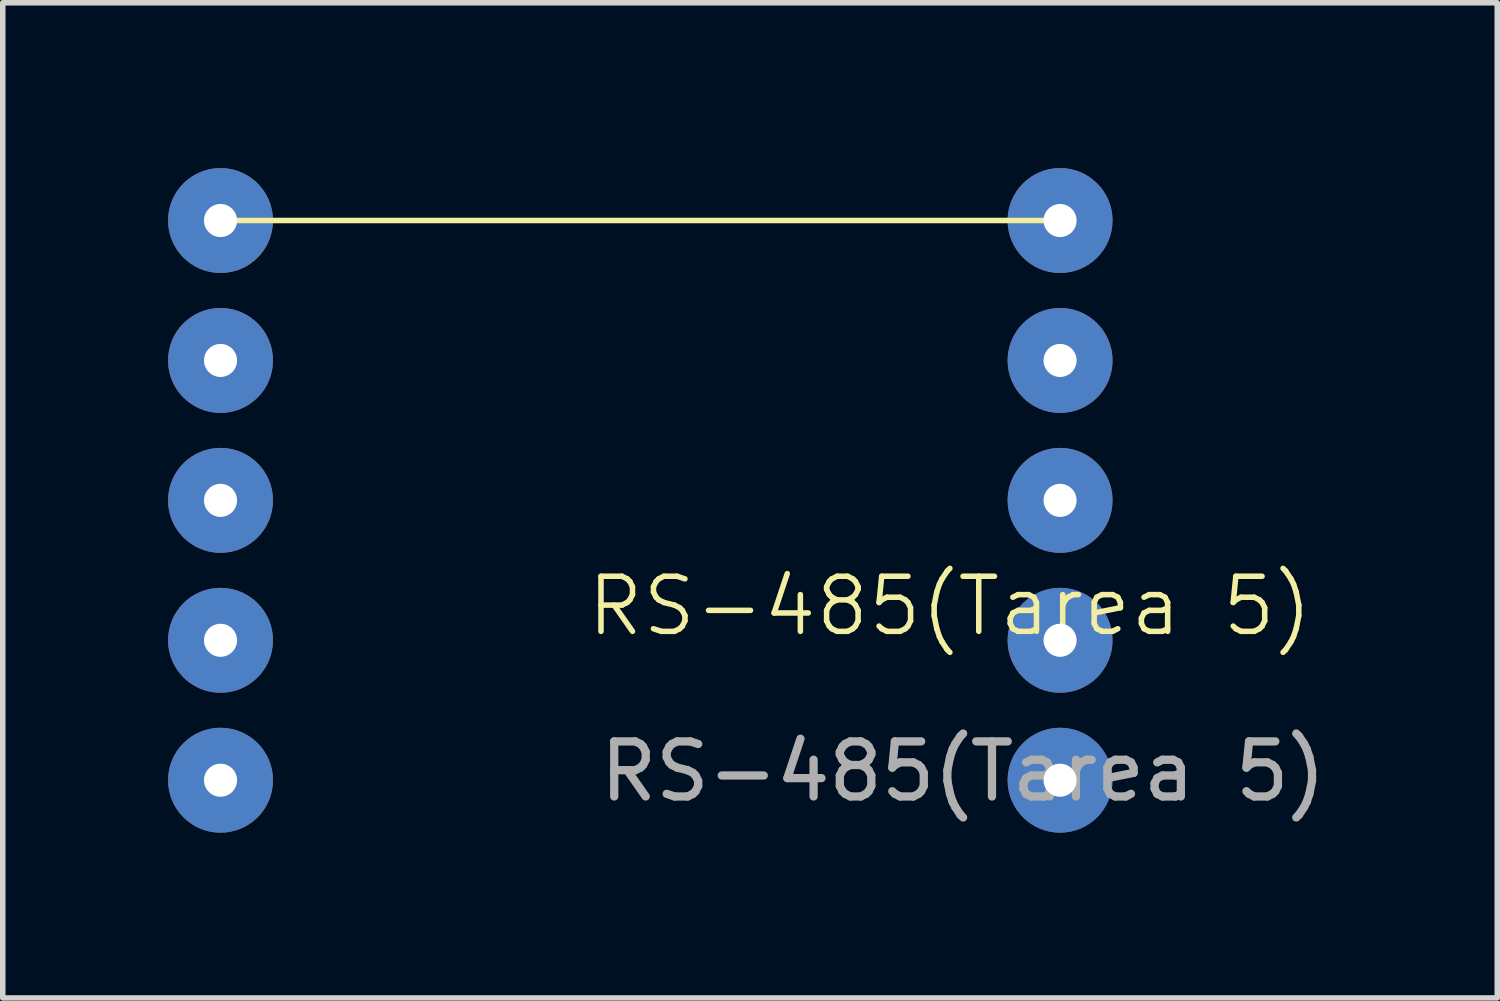
<source format=kicad_pcb>
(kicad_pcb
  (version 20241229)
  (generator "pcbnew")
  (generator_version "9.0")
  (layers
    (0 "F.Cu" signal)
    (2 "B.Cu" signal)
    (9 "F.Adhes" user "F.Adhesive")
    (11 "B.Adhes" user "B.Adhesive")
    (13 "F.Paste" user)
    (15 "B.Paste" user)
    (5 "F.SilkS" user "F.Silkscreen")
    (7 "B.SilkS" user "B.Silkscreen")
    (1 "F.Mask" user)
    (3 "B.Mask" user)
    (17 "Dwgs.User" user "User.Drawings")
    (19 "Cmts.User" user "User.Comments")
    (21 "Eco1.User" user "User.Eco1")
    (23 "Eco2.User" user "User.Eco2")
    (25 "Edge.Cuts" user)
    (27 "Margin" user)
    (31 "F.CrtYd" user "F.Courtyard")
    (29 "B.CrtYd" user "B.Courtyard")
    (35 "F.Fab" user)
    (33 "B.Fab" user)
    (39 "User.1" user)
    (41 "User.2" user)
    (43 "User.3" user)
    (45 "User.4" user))
  (footprint "RS-485(Tarea 5)"
    (layer "F.Cu")
    (at 0.953 0.953)
    (property "Reference" "RS-485(Tarea 5)" (at 13.24 7 0) (unlocked yes) (layer "F.SilkS") (effects (font (size 1 1) (thickness 0.1))))
    (attr smd)
    (fp_line (start 0 0) (end 15.24 0) (stroke (width 0.1) (type solid)) (layer "F.SilkS"))
    (fp_text user "${REFERENCE}" (at 13.48 10 0) (unlocked yes) (layer "F.Fab") (effects (font (size 1 1) (thickness 0.15))))
    (pad "6" thru_hole circle (at 0 0) (size 1.905 1.905) (drill 0.6) (layers "*.Cu" "*.Mask"))
    (pad "6" thru_hole circle (at 15.24 0) (size 1.905 1.905) (drill 0.6) (layers "*.Cu" "*.Mask"))
    (pad "7" thru_hole circle (at 0 2.54) (size 1.905 1.905) (drill 0.6) (layers "*.Cu" "*.Mask"))
    (pad "7" thru_hole circle (at 15.24 2.54) (size 1.905 1.905) (drill 0.6) (layers "*.Cu" "*.Mask"))
    (pad "8" thru_hole circle (at 0 5.08) (size 1.905 1.905) (drill 0.6) (layers "*.Cu" "*.Mask"))
    (pad "8" thru_hole circle (at 15.24 5.08) (size 1.905 1.905) (drill 0.6) (layers "*.Cu" "*.Mask"))
    (pad "9" thru_hole circle (at 0 7.62) (size 1.905 1.905) (drill 0.6) (layers "*.Cu" "*.Mask"))
    (pad "9" thru_hole circle (at 15.24 7.62) (size 1.905 1.905) (drill 0.6) (layers "*.Cu" "*.Mask"))
    (pad "10" thru_hole circle (at 0 10.16) (size 1.905 1.905) (drill 0.6) (layers "*.Cu" "*.Mask"))
    (pad "10" thru_hole circle (at 15.24 10.16) (size 1.905 1.905) (drill 0.6) (layers "*.Cu" "*.Mask")))
  (gr_rect
    (start -3 -3)
    (end 24.129 15.065)
    (stroke (width 0.1) (type default))
    (fill no)
    (layer "Edge.Cuts")))
</source>
